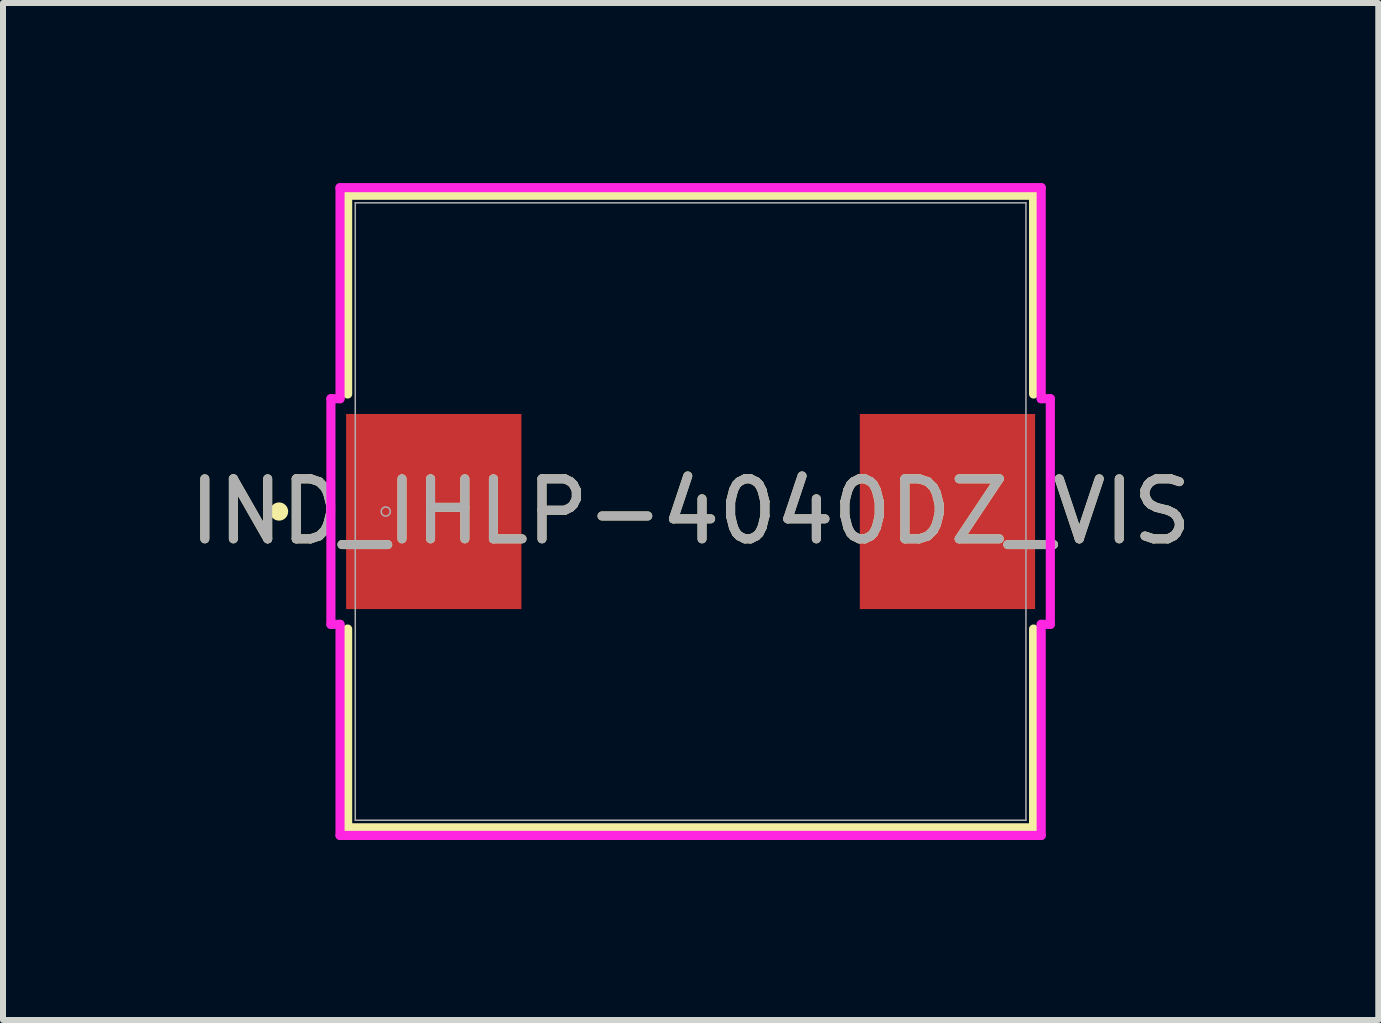
<source format=kicad_pcb>
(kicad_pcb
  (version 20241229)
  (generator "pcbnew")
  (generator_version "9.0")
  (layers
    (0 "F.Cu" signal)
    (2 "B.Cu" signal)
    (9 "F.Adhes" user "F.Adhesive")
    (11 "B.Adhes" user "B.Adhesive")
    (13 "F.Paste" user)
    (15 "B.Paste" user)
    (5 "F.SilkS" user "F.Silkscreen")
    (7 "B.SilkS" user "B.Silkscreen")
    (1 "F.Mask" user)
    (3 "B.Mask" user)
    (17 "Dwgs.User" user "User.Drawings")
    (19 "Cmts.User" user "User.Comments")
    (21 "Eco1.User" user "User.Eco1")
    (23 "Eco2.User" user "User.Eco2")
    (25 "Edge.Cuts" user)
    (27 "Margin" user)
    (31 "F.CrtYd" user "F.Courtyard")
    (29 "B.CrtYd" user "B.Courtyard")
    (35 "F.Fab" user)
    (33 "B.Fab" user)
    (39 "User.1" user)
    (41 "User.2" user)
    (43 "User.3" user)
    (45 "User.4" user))
  (footprint "IND_IHLP-4040DZ_VIS"
    (layer "F.Cu")
    (at 8.458 5.474)
    (property "Reference" "IND_IHLP-4040DZ_VIS" (at 0 0 0) (unlocked yes) (layer "F.SilkS") (effects (font (size 1 1) (thickness 0.15))))
    (attr smd)
    (fp_line (start -5.715 -5.271) (end -5.715 -1.958) (stroke (width 0.152) (type solid)) (layer "F.SilkS"))
    (fp_line (start -5.715 1.958) (end -5.715 5.271) (stroke (width 0.152) (type solid)) (layer "F.SilkS"))
    (fp_line (start -5.715 5.271) (end 5.715 5.271) (stroke (width 0.152) (type solid)) (layer "F.SilkS"))
    (fp_line (start 5.715 -5.271) (end -5.715 -5.271) (stroke (width 0.152) (type solid)) (layer "F.SilkS"))
    (fp_line (start 5.715 -1.958) (end 5.715 -5.271) (stroke (width 0.152) (type solid)) (layer "F.SilkS"))
    (fp_line (start 5.715 5.271) (end 5.715 1.958) (stroke (width 0.152) (type solid)) (layer "F.SilkS"))
    (fp_circle (center -6.858 0) (end -6.782 0) (stroke (width 0.152) (type solid)) (fill no) (layer "F.SilkS"))
    (fp_line (start -5.994 -1.88) (end -5.842 -1.88) (stroke (width 0.152) (type solid)) (layer "F.CrtYd"))
    (fp_line (start -5.994 1.88) (end -5.994 -1.88) (stroke (width 0.152) (type solid)) (layer "F.CrtYd"))
    (fp_line (start -5.842 -5.397) (end 5.842 -5.397) (stroke (width 0.152) (type solid)) (layer "F.CrtYd"))
    (fp_line (start -5.842 -1.88) (end -5.842 -5.397) (stroke (width 0.152) (type solid)) (layer "F.CrtYd"))
    (fp_line (start -5.842 1.88) (end -5.994 1.88) (stroke (width 0.152) (type solid)) (layer "F.CrtYd"))
    (fp_line (start -5.842 5.397) (end -5.842 1.88) (stroke (width 0.152) (type solid)) (layer "F.CrtYd"))
    (fp_line (start 5.842 -5.397) (end 5.842 -1.88) (stroke (width 0.152) (type solid)) (layer "F.CrtYd"))
    (fp_line (start 5.842 -1.88) (end 5.994 -1.88) (stroke (width 0.152) (type solid)) (layer "F.CrtYd"))
    (fp_line (start 5.842 1.88) (end 5.842 5.397) (stroke (width 0.152) (type solid)) (layer "F.CrtYd"))
    (fp_line (start 5.842 5.397) (end -5.842 5.397) (stroke (width 0.152) (type solid)) (layer "F.CrtYd"))
    (fp_line (start 5.994 -1.88) (end 5.994 1.88) (stroke (width 0.152) (type solid)) (layer "F.CrtYd"))
    (fp_line (start 5.994 1.88) (end 5.842 1.88) (stroke (width 0.152) (type solid)) (layer "F.CrtYd"))
    (fp_line (start -5.588 -5.144) (end -5.588 5.144) (stroke (width 0.025) (type solid)) (layer "F.Fab"))
    (fp_line (start -5.588 5.144) (end 5.588 5.144) (stroke (width 0.025) (type solid)) (layer "F.Fab"))
    (fp_line (start 5.588 -5.144) (end -5.588 -5.144) (stroke (width 0.025) (type solid)) (layer "F.Fab"))
    (fp_line (start 5.588 5.144) (end 5.588 -5.144) (stroke (width 0.025) (type solid)) (layer "F.Fab"))
    (fp_circle (center -5.08 0) (end -5.004 0) (stroke (width 0.025) (type solid)) (fill no) (layer "F.Fab"))
    (fp_text user "${REFERENCE}" (at 0 0 0) (unlocked yes) (layer "F.Fab") (effects (font (size 1 1) (thickness 0.15))))
    (pad "1" smd rect (at -4.28 0 90) (size 3.251 2.921) (layers "F.Cu" "F.Mask" "F.Paste"))
    (pad "2" smd rect (at 4.28 0 90) (size 3.251 2.921) (layers "F.Cu" "F.Mask" "F.Paste"))
    (zone (net_name "") (layer "F.Cu") (hatch full 0.508) (connect_pads) (min_thickness 0.254) (filled_areas_thickness no) (keepout (tracks not_allowed) (vias not_allowed) (pads allowed) (copperpour not_allowed) (footprints allowed)) (placement (enabled no)) (fill) (polygon (pts (xy 2.921 0.381) (xy 13.996 0.381) (xy 13.996 3.797) (xy 2.921 3.797))))
    (zone (net_name "") (layer "F.Cu") (hatch full 0.508) (connect_pads) (min_thickness 0.254) (filled_areas_thickness no) (keepout (tracks not_allowed) (vias not_allowed) (pads allowed) (copperpour not_allowed) (footprints allowed)) (placement (enabled no)) (fill) (polygon (pts (xy 2.921 7.15) (xy 13.996 7.15) (xy 13.996 10.566) (xy 2.921 10.566))))
    (zone (net_name "") (layer "F.Cu") (hatch full 0.508) (connect_pads) (min_thickness 0.254) (filled_areas_thickness no) (keepout (tracks not_allowed) (vias not_allowed) (pads allowed) (copperpour not_allowed) (footprints allowed)) (placement (enabled no)) (fill) (polygon (pts (xy 5.69 3.797) (xy 11.227 3.797) (xy 11.227 7.15) (xy 5.69 7.15)))))
  (gr_rect
    (start -3 -3)
    (end 19.917 13.947)
    (stroke (width 0.1) (type default))
    (fill no)
    (layer "Edge.Cuts")))
</source>
